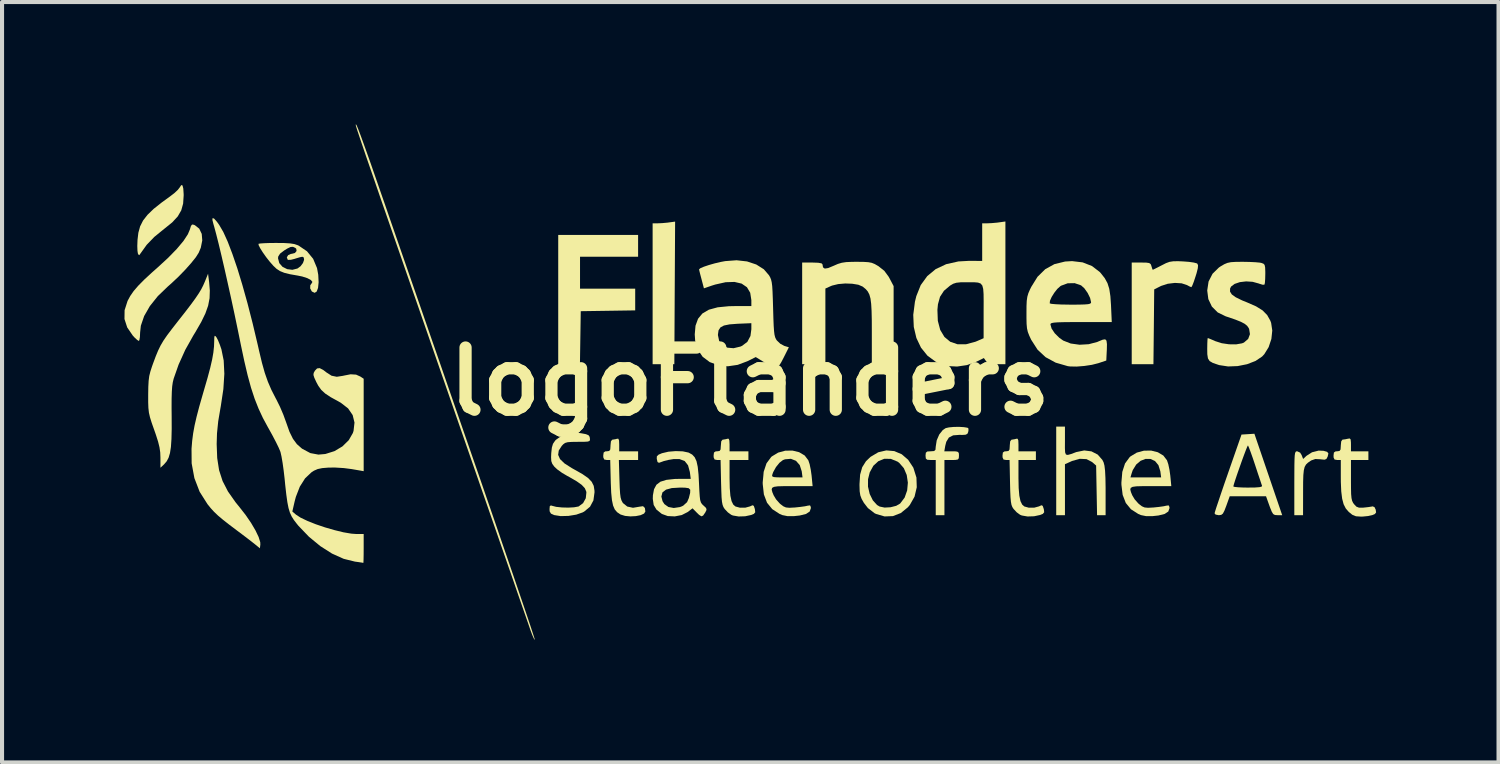
<source format=kicad_pcb>
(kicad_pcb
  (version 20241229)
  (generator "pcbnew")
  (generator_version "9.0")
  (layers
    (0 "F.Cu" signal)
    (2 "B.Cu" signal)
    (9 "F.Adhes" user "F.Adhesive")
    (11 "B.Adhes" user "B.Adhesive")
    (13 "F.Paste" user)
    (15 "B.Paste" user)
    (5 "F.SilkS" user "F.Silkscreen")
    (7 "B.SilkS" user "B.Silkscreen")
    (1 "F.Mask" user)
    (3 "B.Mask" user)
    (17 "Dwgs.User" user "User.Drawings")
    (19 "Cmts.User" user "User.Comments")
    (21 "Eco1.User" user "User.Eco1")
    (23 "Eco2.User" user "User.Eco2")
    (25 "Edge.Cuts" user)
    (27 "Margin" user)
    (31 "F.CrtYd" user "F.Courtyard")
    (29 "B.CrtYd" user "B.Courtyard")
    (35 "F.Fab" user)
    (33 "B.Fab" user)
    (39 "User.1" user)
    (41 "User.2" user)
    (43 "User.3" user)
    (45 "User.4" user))
  (footprint "logoFlanders"
    (layer "F.Cu")
    (at 15.324 6.3)
    (property "Reference" "logoFlanders" (at 0 0 0) (layer "F.SilkS") (effects (font (size 1.524 1.524) (thickness 0.3))))
    (attr board_only exclude_from_pos_files exclude_from_bom)
    (fp_poly (pts (xy -1.842 -2.174) (xy -1.851 -0.427) (xy -2.383 -0.427) (xy -2.383 -3.878) (xy -2.264 -3.878) (xy -2.149 -3.883) (xy -2.016 -3.895) (xy -1.988 -3.899) (xy -1.832 -3.92)) (stroke (width 0) (type solid)) (fill yes) (layer "F.SilkS"))
    (fp_poly (pts (xy -2.739 -3.059) (xy -4.162 -3.059) (xy -4.162 -2.277) (xy -2.81 -2.277) (xy -2.81 -1.745) (xy -3.477 -1.735) (xy -4.144 -1.725) (xy -4.154 -1.076) (xy -4.164 -0.427) (xy -4.696 -0.427) (xy -4.696 -3.593) (xy -2.739 -3.593)) (stroke (width 0) (type solid)) (fill yes) (layer "F.SilkS"))
    (fp_poly (pts (xy -13.902 -4.806) (xy -13.883 -4.731) (xy -13.874 -4.592) (xy -13.874 -4.558) (xy -13.887 -4.361) (xy -13.933 -4.195) (xy -14.019 -4.047) (xy -14.154 -3.901) (xy -14.347 -3.745) (xy -14.355 -3.739) (xy -14.593 -3.545) (xy -14.779 -3.352) (xy -14.929 -3.143) (xy -14.962 -3.097) (xy -14.983 -3.113) (xy -14.996 -3.141) (xy -15.006 -3.207) (xy -15.01 -3.321) (xy -15.005 -3.457) (xy -15.005 -3.467) (xy -14.984 -3.646) (xy -14.941 -3.803) (xy -14.869 -3.946) (xy -14.76 -4.086) (xy -14.609 -4.232) (xy -14.406 -4.393) (xy -14.209 -4.536) (xy -14.101 -4.619) (xy -14.015 -4.7) (xy -13.971 -4.757) (xy -13.932 -4.816)) (stroke (width 0) (type solid)) (fill yes) (layer "F.SilkS"))
    (fp_poly (pts (xy 7.72 1.463) (xy 7.719 1.629) (xy 7.724 1.734) (xy 7.744 1.787) (xy 7.79 1.797) (xy 7.872 1.774) (xy 8 1.726) (xy 8.002 1.726) (xy 8.193 1.687) (xy 8.37 1.71) (xy 8.523 1.789) (xy 8.637 1.919) (xy 8.667 1.979) (xy 8.688 2.059) (xy 8.703 2.184) (xy 8.712 2.364) (xy 8.716 2.605) (xy 8.716 2.685) (xy 8.716 3.273) (xy 8.507 3.273) (xy 8.484 2.057) (xy 8.385 1.971) (xy 8.249 1.9) (xy 8.084 1.892) (xy 7.894 1.945) (xy 7.871 1.956) (xy 7.72 2.024) (xy 7.72 3.273) (xy 7.506 3.273) (xy 7.506 1.103) (xy 7.72 1.103)) (stroke (width 0) (type solid)) (fill yes) (layer "F.SilkS"))
    (fp_poly (pts (xy 14.056 1.696) (xy 14.144 1.721) (xy 14.175 1.76) (xy 14.159 1.831) (xy 14.154 1.844) (xy 14.126 1.896) (xy 14.08 1.914) (xy 13.992 1.905) (xy 13.979 1.903) (xy 13.855 1.897) (xy 13.756 1.931) (xy 13.739 1.942) (xy 13.674 1.987) (xy 13.626 2.033) (xy 13.593 2.092) (xy 13.573 2.174) (xy 13.561 2.292) (xy 13.556 2.457) (xy 13.555 2.682) (xy 13.555 2.695) (xy 13.554 3.273) (xy 13.34 3.273) (xy 13.34 2.49) (xy 13.341 2.235) (xy 13.342 2.043) (xy 13.345 1.904) (xy 13.35 1.81) (xy 13.359 1.752) (xy 13.373 1.721) (xy 13.391 1.709) (xy 13.412 1.708) (xy 13.483 1.741) (xy 13.52 1.802) (xy 13.556 1.896) (xy 13.638 1.819) (xy 13.774 1.732) (xy 13.936 1.691)) (stroke (width 0) (type solid)) (fill yes) (layer "F.SilkS"))
    (fp_poly (pts (xy 10.61 -2.945) (xy 10.756 -2.934) (xy 10.876 -2.917) (xy 10.951 -2.897) (xy 10.964 -2.889) (xy 10.981 -2.849) (xy 10.975 -2.776) (xy 10.945 -2.656) (xy 10.921 -2.58) (xy 10.88 -2.455) (xy 10.844 -2.361) (xy 10.82 -2.316) (xy 10.817 -2.314) (xy 10.775 -2.33) (xy 10.708 -2.366) (xy 10.579 -2.408) (xy 10.413 -2.418) (xy 10.239 -2.397) (xy 10.081 -2.346) (xy 10.066 -2.339) (xy 9.907 -2.259) (xy 9.898 -1.343) (xy 9.888 -0.427) (xy 9.356 -0.427) (xy 9.356 -2.917) (xy 9.587 -2.917) (xy 9.712 -2.915) (xy 9.783 -2.905) (xy 9.82 -2.88) (xy 9.838 -2.835) (xy 9.839 -2.828) (xy 9.86 -2.762) (xy 9.872 -2.739) (xy 9.906 -2.755) (xy 9.986 -2.795) (xy 10.091 -2.849) (xy 10.197 -2.903) (xy 10.283 -2.934) (xy 10.374 -2.948) (xy 10.493 -2.95)) (stroke (width 0) (type solid)) (fill yes) (layer "F.SilkS"))
    (fp_poly (pts (xy -13.623 -3.842) (xy -13.598 -3.831) (xy -13.492 -3.747) (xy -13.431 -3.619) (xy -13.418 -3.459) (xy -13.454 -3.28) (xy -13.505 -3.158) (xy -13.576 -3.046) (xy -13.691 -2.903) (xy -13.836 -2.74) (xy -14 -2.571) (xy -14.172 -2.409) (xy -14.265 -2.327) (xy -14.508 -2.093) (xy -14.702 -1.85) (xy -14.842 -1.606) (xy -14.923 -1.369) (xy -14.941 -1.201) (xy -14.946 -1.091) (xy -14.959 -1.016) (xy -14.973 -0.996) (xy -15.013 -1.021) (xy -15.08 -1.083) (xy -15.12 -1.127) (xy -15.257 -1.327) (xy -15.324 -1.533) (xy -15.321 -1.749) (xy -15.248 -1.977) (xy -15.246 -1.981) (xy -15.182 -2.099) (xy -15.099 -2.219) (xy -14.987 -2.349) (xy -14.839 -2.499) (xy -14.647 -2.676) (xy -14.506 -2.801) (xy -14.252 -3.035) (xy -14.042 -3.251) (xy -13.88 -3.444) (xy -13.771 -3.61) (xy -13.723 -3.723) (xy -13.695 -3.813) (xy -13.667 -3.849)) (stroke (width 0) (type solid)) (fill yes) (layer "F.SilkS"))
    (fp_poly (pts (xy 2.785 -2.933) (xy 2.901 -2.926) (xy 2.986 -2.91) (xy 3.06 -2.88) (xy 3.143 -2.832) (xy 3.15 -2.828) (xy 3.294 -2.714) (xy 3.402 -2.567) (xy 3.422 -2.53) (xy 3.522 -2.34) (xy 3.522 -0.427) (xy 2.988 -0.427) (xy 2.988 -1.218) (xy 2.987 -1.506) (xy 2.982 -1.731) (xy 2.972 -1.904) (xy 2.955 -2.035) (xy 2.928 -2.132) (xy 2.89 -2.206) (xy 2.839 -2.266) (xy 2.773 -2.32) (xy 2.763 -2.328) (xy 2.658 -2.373) (xy 2.507 -2.398) (xy 2.335 -2.404) (xy 2.163 -2.389) (xy 2.015 -2.353) (xy 1.983 -2.34) (xy 1.85 -2.28) (xy 1.85 -0.427) (xy 1.281 -0.427) (xy 1.281 -2.917) (xy 1.53 -2.917) (xy 1.675 -2.912) (xy 1.756 -2.897) (xy 1.779 -2.873) (xy 1.792 -2.799) (xy 1.835 -2.769) (xy 1.918 -2.782) (xy 2.048 -2.836) (xy 2.156 -2.883) (xy 2.253 -2.912) (xy 2.361 -2.928) (xy 2.503 -2.934) (xy 2.617 -2.935)) (stroke (width 0) (type solid)) (fill yes) (layer "F.SilkS"))
    (fp_poly (pts (xy 5.243 1.116) (xy 5.328 1.13) (xy 5.352 1.142) (xy 5.357 1.186) (xy 5.349 1.236) (xy 5.329 1.28) (xy 5.285 1.302) (xy 5.2 1.307) (xy 5.138 1.305) (xy 4.981 1.317) (xy 4.876 1.371) (xy 4.812 1.476) (xy 4.787 1.574) (xy 4.764 1.708) (xy 4.943 1.708) (xy 5.049 1.71) (xy 5.102 1.724) (xy 5.121 1.761) (xy 5.123 1.814) (xy 5.119 1.877) (xy 5.095 1.909) (xy 5.033 1.92) (xy 4.945 1.921) (xy 4.767 1.921) (xy 4.767 3.273) (xy 4.554 3.273) (xy 4.554 1.921) (xy 4.429 1.921) (xy 4.345 1.915) (xy 4.311 1.885) (xy 4.304 1.814) (xy 4.311 1.743) (xy 4.347 1.713) (xy 4.429 1.708) (xy 4.513 1.702) (xy 4.547 1.671) (xy 4.554 1.595) (xy 4.554 1.592) (xy 4.578 1.439) (xy 4.64 1.296) (xy 4.728 1.186) (xy 4.798 1.14) (xy 4.879 1.122) (xy 4.996 1.111) (xy 5.125 1.109)) (stroke (width 0) (type solid)) (fill yes) (layer "F.SilkS"))
    (fp_poly (pts (xy -3.206 1.441) (xy -3.202 1.538) (xy -3.202 1.544) (xy -3.202 1.708) (xy -2.739 1.708) (xy -2.739 1.921) (xy -3.21 1.921) (xy -3.196 2.4) (xy -3.189 2.6) (xy -3.18 2.742) (xy -3.167 2.841) (xy -3.147 2.909) (xy -3.12 2.961) (xy -3.108 2.978) (xy -3.004 3.062) (xy -2.864 3.092) (xy -2.705 3.065) (xy -2.703 3.065) (xy -2.618 3.053) (xy -2.573 3.096) (xy -2.561 3.183) (xy -2.593 3.234) (xy -2.678 3.273) (xy -2.795 3.296) (xy -2.928 3.303) (xy -3.057 3.291) (xy -3.165 3.258) (xy -3.175 3.253) (xy -3.253 3.2) (xy -3.311 3.132) (xy -3.352 3.037) (xy -3.38 2.904) (xy -3.398 2.724) (xy -3.408 2.485) (xy -3.409 2.446) (xy -3.422 1.921) (xy -3.507 1.921) (xy -3.569 1.909) (xy -3.591 1.858) (xy -3.593 1.814) (xy -3.583 1.738) (xy -3.543 1.71) (xy -3.504 1.708) (xy -3.447 1.7) (xy -3.421 1.663) (xy -3.415 1.578) (xy -3.415 1.565) (xy -3.405 1.464) (xy -3.374 1.424) (xy -3.365 1.423) (xy -3.286 1.41) (xy -3.258 1.401) (xy -3.223 1.4)) (stroke (width 0) (type solid)) (fill yes) (layer "F.SilkS"))
    (fp_poly (pts (xy 3.538 1.703) (xy 3.72 1.78) (xy 3.878 1.916) (xy 4.003 2.106) (xy 4.007 2.115) (xy 4.081 2.351) (xy 4.089 2.589) (xy 4.035 2.818) (xy 3.919 3.023) (xy 3.871 3.08) (xy 3.698 3.221) (xy 3.505 3.296) (xy 3.3 3.304) (xy 3.092 3.243) (xy 3.056 3.226) (xy 2.892 3.099) (xy 2.793 2.971) (xy 2.738 2.874) (xy 2.706 2.788) (xy 2.69 2.688) (xy 2.687 2.575) (xy 2.894 2.575) (xy 2.936 2.754) (xy 3.013 2.91) (xy 3.116 3.024) (xy 3.18 3.062) (xy 3.302 3.087) (xy 3.447 3.079) (xy 3.585 3.044) (xy 3.682 2.988) (xy 3.792 2.842) (xy 3.854 2.666) (xy 3.871 2.476) (xy 3.843 2.288) (xy 3.772 2.121) (xy 3.658 1.99) (xy 3.616 1.96) (xy 3.452 1.893) (xy 3.292 1.892) (xy 3.147 1.951) (xy 3.025 2.063) (xy 2.937 2.224) (xy 2.895 2.392) (xy 2.894 2.575) (xy 2.687 2.575) (xy 2.686 2.547) (xy 2.686 2.511) (xy 2.701 2.28) (xy 2.752 2.099) (xy 2.844 1.952) (xy 2.955 1.845) (xy 3.145 1.732) (xy 3.343 1.686)) (stroke (width 0) (type solid)) (fill yes) (layer "F.SilkS"))
    (fp_poly (pts (xy -0.503 1.441) (xy -0.498 1.538) (xy -0.498 1.544) (xy -0.498 1.708) (xy -0.036 1.708) (xy -0.036 1.921) (xy -0.498 1.921) (xy -0.498 2.36) (xy -0.493 2.609) (xy -0.478 2.796) (xy -0.449 2.928) (xy -0.407 3.014) (xy -0.354 3.06) (xy -0.244 3.09) (xy -0.111 3.089) (xy 0.003 3.058) (xy 0.005 3.057) (xy 0.064 3.03) (xy 0.096 3.045) (xy 0.119 3.113) (xy 0.124 3.135) (xy 0.131 3.202) (xy 0.097 3.242) (xy 0.033 3.268) (xy -0.116 3.3) (xy -0.276 3.305) (xy -0.416 3.281) (xy -0.459 3.263) (xy -0.541 3.203) (xy -0.619 3.12) (xy -0.619 3.119) (xy -0.648 3.074) (xy -0.669 3.019) (xy -0.684 2.943) (xy -0.694 2.833) (xy -0.7 2.677) (xy -0.706 2.47) (xy -0.718 1.921) (xy -0.804 1.921) (xy -0.865 1.909) (xy -0.887 1.858) (xy -0.889 1.814) (xy -0.88 1.738) (xy -0.839 1.71) (xy -0.8 1.708) (xy -0.743 1.7) (xy -0.718 1.663) (xy -0.712 1.578) (xy -0.711 1.565) (xy -0.702 1.464) (xy -0.671 1.424) (xy -0.661 1.423) (xy -0.583 1.41) (xy -0.554 1.401) (xy -0.52 1.4)) (stroke (width 0) (type solid)) (fill yes) (layer "F.SilkS"))
    (fp_poly (pts (xy 6.577 1.441) (xy 6.581 1.538) (xy 6.581 1.544) (xy 6.581 1.708) (xy 7.008 1.708) (xy 7.008 1.921) (xy 6.581 1.921) (xy 6.581 2.36) (xy 6.586 2.609) (xy 6.602 2.796) (xy 6.63 2.928) (xy 6.672 3.014) (xy 6.725 3.06) (xy 6.835 3.09) (xy 6.968 3.089) (xy 7.082 3.058) (xy 7.085 3.057) (xy 7.144 3.03) (xy 7.175 3.045) (xy 7.198 3.113) (xy 7.204 3.135) (xy 7.211 3.202) (xy 7.177 3.242) (xy 7.112 3.268) (xy 6.963 3.3) (xy 6.803 3.305) (xy 6.664 3.281) (xy 6.62 3.263) (xy 6.538 3.203) (xy 6.461 3.12) (xy 6.46 3.119) (xy 6.431 3.074) (xy 6.41 3.02) (xy 6.396 2.944) (xy 6.386 2.835) (xy 6.379 2.679) (xy 6.374 2.47) (xy 6.363 1.921) (xy 6.276 1.921) (xy 6.214 1.909) (xy 6.192 1.859) (xy 6.19 1.814) (xy 6.199 1.738) (xy 6.24 1.71) (xy 6.279 1.708) (xy 6.336 1.7) (xy 6.362 1.663) (xy 6.368 1.578) (xy 6.368 1.565) (xy 6.378 1.464) (xy 6.409 1.424) (xy 6.418 1.423) (xy 6.496 1.41) (xy 6.525 1.401) (xy 6.56 1.4)) (stroke (width 0) (type solid)) (fill yes) (layer "F.SilkS"))
    (fp_poly (pts (xy -13.094 -1.114) (xy -13.071 -1.086) (xy -13.033 -1.015) (xy -12.987 -0.902) (xy -12.948 -0.788) (xy -12.893 -0.517) (xy -12.877 -0.191) (xy -12.901 0.184) (xy -12.964 0.603) (xy -12.971 0.641) (xy -13.027 0.971) (xy -13.057 1.268) (xy -13.065 1.53) (xy -13.052 1.874) (xy -13.006 2.17) (xy -12.92 2.437) (xy -12.788 2.693) (xy -12.603 2.956) (xy -12.505 3.077) (xy -12.355 3.269) (xy -12.222 3.463) (xy -12.114 3.647) (xy -12.037 3.808) (xy -11.997 3.936) (xy -11.995 3.994) (xy -12.006 4.085) (xy -12.113 3.997) (xy -12.185 3.94) (xy -12.297 3.853) (xy -12.434 3.749) (xy -12.558 3.656) (xy -12.758 3.505) (xy -12.912 3.384) (xy -13.031 3.284) (xy -13.126 3.194) (xy -13.209 3.103) (xy -13.29 3.003) (xy -13.482 2.7) (xy -13.611 2.365) (xy -13.678 2.003) (xy -13.681 1.644) (xy -13.665 1.451) (xy -13.641 1.266) (xy -13.606 1.074) (xy -13.557 0.861) (xy -13.492 0.613) (xy -13.407 0.316) (xy -13.377 0.213) (xy -13.289 -0.09) (xy -13.223 -0.337) (xy -13.176 -0.541) (xy -13.146 -0.712) (xy -13.13 -0.862) (xy -13.126 -0.976) (xy -13.123 -1.079) (xy -13.115 -1.122)) (stroke (width 0) (type solid)) (fill yes) (layer "F.SilkS"))
    (fp_poly (pts (xy 14.72 1.417) (xy 14.727 1.488) (xy 14.728 1.543) (xy 14.728 1.708) (xy 15.155 1.708) (xy 15.155 1.921) (xy 14.728 1.921) (xy 14.728 2.414) (xy 14.729 2.614) (xy 14.732 2.756) (xy 14.741 2.853) (xy 14.756 2.92) (xy 14.779 2.969) (xy 14.804 3.004) (xy 14.861 3.064) (xy 14.924 3.089) (xy 15.023 3.089) (xy 15.044 3.087) (xy 15.154 3.075) (xy 15.238 3.062) (xy 15.257 3.057) (xy 15.304 3.075) (xy 15.334 3.137) (xy 15.344 3.207) (xy 15.312 3.246) (xy 15.252 3.271) (xy 15.149 3.294) (xy 15.019 3.307) (xy 14.971 3.308) (xy 14.85 3.3) (xy 14.76 3.263) (xy 14.674 3.193) (xy 14.601 3.109) (xy 14.548 3.005) (xy 14.512 2.869) (xy 14.49 2.691) (xy 14.48 2.46) (xy 14.479 2.307) (xy 14.479 1.921) (xy 14.39 1.921) (xy 14.326 1.91) (xy 14.303 1.861) (xy 14.301 1.814) (xy 14.31 1.738) (xy 14.351 1.71) (xy 14.39 1.708) (xy 14.447 1.7) (xy 14.473 1.663) (xy 14.479 1.578) (xy 14.479 1.565) (xy 14.489 1.465) (xy 14.518 1.423) (xy 14.523 1.422) (xy 14.592 1.413) (xy 14.648 1.401) (xy 14.696 1.393)) (stroke (width 0) (type solid)) (fill yes) (layer "F.SilkS"))
    (fp_poly (pts (xy 13.043 3.273) (xy 12.928 3.273) (xy 12.866 3.269) (xy 12.823 3.246) (xy 12.788 3.189) (xy 12.746 3.085) (xy 12.73 3.042) (xy 12.647 2.81) (xy 11.757 2.81) (xy 11.674 3.042) (xy 11.627 3.164) (xy 11.59 3.234) (xy 11.551 3.265) (xy 11.497 3.273) (xy 11.487 3.273) (xy 11.412 3.259) (xy 11.386 3.228) (xy 11.398 3.184) (xy 11.43 3.082) (xy 11.481 2.931) (xy 11.545 2.74) (xy 11.603 2.57) (xy 11.846 2.57) (xy 11.879 2.581) (xy 11.968 2.59) (xy 12.099 2.596) (xy 12.206 2.597) (xy 12.376 2.595) (xy 12.484 2.587) (xy 12.539 2.574) (xy 12.549 2.553) (xy 12.549 2.552) (xy 12.532 2.504) (xy 12.498 2.401) (xy 12.45 2.259) (xy 12.394 2.089) (xy 12.377 2.037) (xy 12.32 1.867) (xy 12.269 1.724) (xy 12.23 1.621) (xy 12.207 1.569) (xy 12.203 1.565) (xy 12.186 1.597) (xy 12.152 1.681) (xy 12.105 1.805) (xy 12.051 1.953) (xy 11.995 2.112) (xy 11.941 2.266) (xy 11.895 2.403) (xy 11.862 2.507) (xy 11.846 2.565) (xy 11.846 2.57) (xy 11.603 2.57) (xy 11.621 2.517) (xy 11.706 2.273) (xy 11.717 2.241) (xy 12.046 1.298) (xy 12.362 1.278)) (stroke (width 0) (type solid)) (fill yes) (layer "F.SilkS"))
    (fp_poly (pts (xy -13.25 -2.438) (xy -13.233 -2.231) (xy -13.239 -2.043) (xy -13.274 -1.861) (xy -13.341 -1.671) (xy -13.444 -1.459) (xy -13.587 -1.211) (xy -13.638 -1.128) (xy -13.833 -0.781) (xy -13.998 -0.416) (xy -14.119 -0.071) (xy -14.14 0.015) (xy -14.155 0.117) (xy -14.164 0.248) (xy -14.169 0.418) (xy -14.17 0.639) (xy -14.168 0.854) (xy -14.167 1.162) (xy -14.173 1.409) (xy -14.186 1.602) (xy -14.209 1.751) (xy -14.243 1.865) (xy -14.289 1.952) (xy -14.349 2.022) (xy -14.353 2.027) (xy -14.443 2.111) (xy -14.443 1.862) (xy -14.448 1.735) (xy -14.466 1.611) (xy -14.5 1.472) (xy -14.556 1.297) (xy -14.594 1.188) (xy -14.657 1.01) (xy -14.699 0.875) (xy -14.725 0.761) (xy -14.738 0.646) (xy -14.743 0.505) (xy -14.743 0.32) (xy -14.74 0.126) (xy -14.732 -0.019) (xy -14.717 -0.137) (xy -14.689 -0.249) (xy -14.647 -0.378) (xy -14.623 -0.445) (xy -14.558 -0.62) (xy -14.499 -0.762) (xy -14.439 -0.885) (xy -14.369 -1.004) (xy -14.279 -1.135) (xy -14.161 -1.291) (xy -14.016 -1.477) (xy -13.836 -1.706) (xy -13.696 -1.889) (xy -13.588 -2.037) (xy -13.506 -2.158) (xy -13.443 -2.262) (xy -13.394 -2.359) (xy -13.354 -2.45) (xy -13.276 -2.643)) (stroke (width 0) (type solid)) (fill yes) (layer "F.SilkS"))
    (fp_poly (pts (xy 9.995 1.731) (xy 10.131 1.812) (xy 10.22 1.928) (xy 10.252 2.024) (xy 10.281 2.161) (xy 10.301 2.303) (xy 10.326 2.561) (xy 9.823 2.561) (xy 9.615 2.562) (xy 9.47 2.566) (xy 9.378 2.579) (xy 9.331 2.605) (xy 9.321 2.647) (xy 9.338 2.71) (xy 9.369 2.786) (xy 9.429 2.886) (xy 9.516 2.984) (xy 9.536 3.002) (xy 9.607 3.056) (xy 9.671 3.084) (xy 9.755 3.092) (xy 9.884 3.085) (xy 9.888 3.085) (xy 10.022 3.071) (xy 10.138 3.055) (xy 10.201 3.041) (xy 10.261 3.033) (xy 10.28 3.073) (xy 10.281 3.103) (xy 10.252 3.184) (xy 10.163 3.243) (xy 10.01 3.281) (xy 9.872 3.296) (xy 9.71 3.297) (xy 9.582 3.271) (xy 9.516 3.243) (xy 9.337 3.128) (xy 9.211 2.974) (xy 9.134 2.776) (xy 9.104 2.529) (xy 9.103 2.474) (xy 9.114 2.348) (xy 9.325 2.348) (xy 10.077 2.348) (xy 10.057 2.197) (xy 10.01 2.047) (xy 9.927 1.947) (xy 9.818 1.896) (xy 9.697 1.894) (xy 9.575 1.94) (xy 9.466 2.032) (xy 9.381 2.17) (xy 9.356 2.243) (xy 9.325 2.348) (xy 9.114 2.348) (xy 9.125 2.213) (xy 9.192 2.006) (xy 9.305 1.852) (xy 9.326 1.833) (xy 9.48 1.74) (xy 9.654 1.693) (xy 9.831 1.69)) (stroke (width 0) (type solid)) (fill yes) (layer "F.SilkS"))
    (fp_poly (pts (xy 6.261 -0.427) (xy 6.05 -0.427) (xy 5.923 -0.431) (xy 5.846 -0.449) (xy 5.798 -0.486) (xy 5.786 -0.502) (xy 5.733 -0.577) (xy 5.537 -0.481) (xy 5.317 -0.404) (xy 5.078 -0.369) (xy 4.85 -0.38) (xy 4.792 -0.392) (xy 4.552 -0.487) (xy 4.351 -0.635) (xy 4.193 -0.831) (xy 4.08 -1.068) (xy 4.016 -1.339) (xy 4.003 -1.637) (xy 4.019 -1.758) (xy 4.595 -1.758) (xy 4.605 -1.489) (xy 4.664 -1.266) (xy 4.767 -1.094) (xy 4.909 -0.976) (xy 5.087 -0.915) (xy 5.294 -0.914) (xy 5.528 -0.977) (xy 5.576 -0.997) (xy 5.727 -1.063) (xy 5.727 -1.724) (xy 5.728 -1.966) (xy 5.726 -2.145) (xy 5.717 -2.271) (xy 5.695 -2.354) (xy 5.654 -2.403) (xy 5.59 -2.426) (xy 5.497 -2.434) (xy 5.371 -2.434) (xy 5.318 -2.434) (xy 5.164 -2.433) (xy 5.059 -2.422) (xy 4.981 -2.397) (xy 4.907 -2.353) (xy 4.904 -2.351) (xy 4.755 -2.225) (xy 4.659 -2.078) (xy 4.608 -1.894) (xy 4.595 -1.758) (xy 4.019 -1.758) (xy 4.044 -1.956) (xy 4.078 -2.094) (xy 4.186 -2.364) (xy 4.346 -2.585) (xy 4.554 -2.757) (xy 4.81 -2.877) (xy 5.109 -2.944) (xy 5.377 -2.959) (xy 5.692 -2.956) (xy 5.692 -3.878) (xy 5.811 -3.878) (xy 5.924 -3.883) (xy 6.058 -3.895) (xy 6.096 -3.9) (xy 6.261 -3.923)) (stroke (width 0) (type solid)) (fill yes) (layer "F.SilkS"))
    (fp_poly (pts (xy 1.207 1.73) (xy 1.343 1.811) (xy 1.432 1.928) (xy 1.464 2.024) (xy 1.492 2.161) (xy 1.512 2.303) (xy 1.537 2.561) (xy 1.035 2.561) (xy 0.827 2.562) (xy 0.682 2.566) (xy 0.591 2.579) (xy 0.544 2.605) (xy 0.534 2.647) (xy 0.551 2.711) (xy 0.582 2.786) (xy 0.642 2.886) (xy 0.729 2.984) (xy 0.749 3.002) (xy 0.82 3.056) (xy 0.884 3.084) (xy 0.968 3.092) (xy 1.097 3.085) (xy 1.101 3.085) (xy 1.235 3.071) (xy 1.351 3.055) (xy 1.414 3.041) (xy 1.474 3.033) (xy 1.493 3.073) (xy 1.494 3.103) (xy 1.465 3.184) (xy 1.376 3.243) (xy 1.223 3.281) (xy 1.085 3.296) (xy 0.923 3.297) (xy 0.795 3.271) (xy 0.729 3.243) (xy 0.548 3.125) (xy 0.42 2.968) (xy 0.343 2.765) (xy 0.315 2.513) (xy 0.314 2.472) (xy 0.33 2.303) (xy 0.544 2.303) (xy 0.553 2.326) (xy 0.59 2.34) (xy 0.667 2.346) (xy 0.796 2.348) (xy 0.909 2.348) (xy 1.29 2.348) (xy 1.27 2.197) (xy 1.221 2.045) (xy 1.129 1.941) (xy 1.005 1.892) (xy 0.862 1.904) (xy 0.81 1.923) (xy 0.726 1.988) (xy 0.64 2.094) (xy 0.572 2.216) (xy 0.553 2.268) (xy 0.544 2.303) (xy 0.33 2.303) (xy 0.338 2.211) (xy 0.407 2.003) (xy 0.521 1.849) (xy 0.539 1.833) (xy 0.693 1.74) (xy 0.866 1.693) (xy 1.043 1.69)) (stroke (width 0) (type solid)) (fill yes) (layer "F.SilkS"))
    (fp_poly (pts (xy -4.133 1.266) (xy -4.017 1.288) (xy -3.954 1.314) (xy -3.927 1.353) (xy -3.921 1.387) (xy -3.918 1.43) (xy -3.931 1.456) (xy -3.974 1.47) (xy -4.06 1.475) (xy -4.203 1.476) (xy -4.217 1.476) (xy -4.367 1.478) (xy -4.464 1.485) (xy -4.527 1.503) (xy -4.573 1.536) (xy -4.61 1.576) (xy -4.683 1.689) (xy -4.698 1.795) (xy -4.652 1.899) (xy -4.541 2.006) (xy -4.364 2.119) (xy -4.298 2.156) (xy -4.103 2.266) (xy -3.965 2.362) (xy -3.876 2.455) (xy -3.826 2.555) (xy -3.808 2.671) (xy -3.807 2.715) (xy -3.834 2.912) (xy -3.917 3.066) (xy -4.06 3.185) (xy -4.097 3.205) (xy -4.254 3.26) (xy -4.444 3.291) (xy -4.635 3.296) (xy -4.794 3.271) (xy -4.874 3.235) (xy -4.906 3.18) (xy -4.909 3.126) (xy -4.903 3.052) (xy -4.875 3.034) (xy -4.847 3.043) (xy -4.747 3.069) (xy -4.605 3.084) (xy -4.449 3.088) (xy -4.306 3.08) (xy -4.202 3.061) (xy -4.193 3.057) (xy -4.087 2.978) (xy -4.021 2.858) (xy -4.006 2.719) (xy -4.01 2.693) (xy -4.043 2.614) (xy -4.118 2.533) (xy -4.242 2.444) (xy -4.423 2.339) (xy -4.475 2.311) (xy -4.604 2.235) (xy -4.719 2.152) (xy -4.79 2.086) (xy -4.841 2.017) (xy -4.866 1.948) (xy -4.871 1.853) (xy -4.867 1.754) (xy -4.852 1.617) (xy -4.825 1.525) (xy -4.774 1.45) (xy -4.753 1.427) (xy -4.602 1.32) (xy -4.41 1.263) (xy -4.187 1.259)) (stroke (width 0) (type solid)) (fill yes) (layer "F.SilkS"))
    (fp_poly (pts (xy -11.407 -3.395) (xy -11.265 -3.386) (xy -11.162 -3.37) (xy -11.082 -3.343) (xy -11.055 -3.331) (xy -10.852 -3.193) (xy -10.701 -3.008) (xy -10.606 -2.781) (xy -10.576 -2.616) (xy -10.567 -2.434) (xy -10.581 -2.296) (xy -10.614 -2.207) (xy -10.664 -2.175) (xy -10.728 -2.205) (xy -10.736 -2.213) (xy -10.774 -2.284) (xy -10.771 -2.362) (xy -10.741 -2.403) (xy -10.719 -2.442) (xy -10.756 -2.488) (xy -10.842 -2.534) (xy -10.968 -2.575) (xy -11.076 -2.597) (xy -11.27 -2.631) (xy -11.41 -2.666) (xy -11.514 -2.708) (xy -11.599 -2.764) (xy -11.677 -2.838) (xy -11.763 -2.936) (xy -11.832 -3.023) (xy -11.562 -3.023) (xy -11.531 -2.903) (xy -11.45 -2.811) (xy -11.337 -2.755) (xy -11.21 -2.739) (xy -11.085 -2.771) (xy -11.009 -2.827) (xy -10.951 -2.905) (xy -10.923 -2.984) (xy -10.931 -3.041) (xy -10.966 -3.059) (xy -11.025 -3.047) (xy -11.12 -3.019) (xy -11.153 -3.008) (xy -11.248 -2.984) (xy -11.315 -2.983) (xy -11.326 -2.989) (xy -11.346 -3.045) (xy -11.313 -3.099) (xy -11.244 -3.129) (xy -11.224 -3.131) (xy -11.148 -3.151) (xy -11.107 -3.2) (xy -11.115 -3.255) (xy -11.138 -3.276) (xy -11.196 -3.302) (xy -11.255 -3.298) (xy -11.338 -3.258) (xy -11.412 -3.212) (xy -11.511 -3.136) (xy -11.556 -3.066) (xy -11.562 -3.023) (xy -11.832 -3.023) (xy -11.853 -3.05) (xy -11.935 -3.166) (xy -11.999 -3.268) (xy -12.037 -3.344) (xy -12.04 -3.376) (xy -11.998 -3.384) (xy -11.899 -3.391) (xy -11.76 -3.396) (xy -11.603 -3.397)) (stroke (width 0) (type solid)) (fill yes) (layer "F.SilkS"))
    (fp_poly (pts (xy -1.645 1.709) (xy -1.508 1.738) (xy -1.497 1.742) (xy -1.414 1.788) (xy -1.353 1.853) (xy -1.308 1.95) (xy -1.278 2.087) (xy -1.258 2.277) (xy -1.247 2.484) (xy -1.238 2.677) (xy -1.229 2.812) (xy -1.218 2.902) (xy -1.2 2.96) (xy -1.174 3.001) (xy -1.137 3.037) (xy -1.134 3.039) (xy -1.073 3.097) (xy -1.062 3.143) (xy -1.093 3.207) (xy -1.098 3.214) (xy -1.146 3.283) (xy -1.188 3.301) (xy -1.244 3.266) (xy -1.305 3.207) (xy -1.405 3.105) (xy -1.524 3.196) (xy -1.669 3.27) (xy -1.84 3.303) (xy -2.012 3.295) (xy -2.156 3.243) (xy -2.159 3.241) (xy -2.287 3.139) (xy -2.357 3.023) (xy -2.379 2.872) (xy -2.377 2.816) (xy -2.169 2.816) (xy -2.14 2.931) (xy -2.096 3.001) (xy -1.998 3.072) (xy -1.865 3.097) (xy -1.716 3.075) (xy -1.636 3.042) (xy -1.539 2.954) (xy -1.496 2.855) (xy -1.464 2.727) (xy -1.461 2.651) (xy -1.5 2.612) (xy -1.59 2.599) (xy -1.71 2.597) (xy -1.913 2.609) (xy -2.054 2.647) (xy -2.138 2.711) (xy -2.143 2.718) (xy -2.169 2.816) (xy -2.377 2.816) (xy -2.376 2.786) (xy -2.349 2.638) (xy -2.29 2.528) (xy -2.192 2.453) (xy -2.046 2.408) (xy -1.844 2.386) (xy -1.698 2.383) (xy -1.449 2.383) (xy -1.471 2.214) (xy -1.515 2.052) (xy -1.597 1.947) (xy -1.723 1.899) (xy -1.873 1.899) (xy -2 1.92) (xy -2.111 1.948) (xy -2.151 1.963) (xy -2.227 1.99) (xy -2.263 1.971) (xy -2.281 1.894) (xy -2.282 1.889) (xy -2.279 1.83) (xy -2.237 1.79) (xy -2.154 1.755) (xy -1.997 1.718) (xy -1.818 1.703)) (stroke (width 0) (type solid)) (fill yes) (layer "F.SilkS"))
    (fp_poly (pts (xy -9.651 -6.298) (xy -9.647 -6.297) (xy -9.646 -6.297) (xy -9.629 -6.264) (xy -9.591 -6.172) (xy -9.536 -6.027) (xy -9.467 -5.837) (xy -9.385 -5.609) (xy -9.293 -5.351) (xy -9.195 -5.069) (xy -9.186 -5.043) (xy -9.123 -4.861) (xy -9.038 -4.616) (xy -8.933 -4.315) (xy -8.811 -3.961) (xy -8.672 -3.56) (xy -8.518 -3.116) (xy -8.351 -2.635) (xy -8.173 -2.122) (xy -7.986 -1.582) (xy -7.791 -1.019) (xy -7.589 -0.439) (xy -7.384 0.154) (xy -7.176 0.754) (xy -6.996 1.272) (xy -6.796 1.849) (xy -6.602 2.408) (xy -6.417 2.945) (xy -6.241 3.455) (xy -6.076 3.937) (xy -5.922 4.384) (xy -5.781 4.795) (xy -5.655 5.166) (xy -5.544 5.492) (xy -5.45 5.77) (xy -5.374 5.996) (xy -5.318 6.168) (xy -5.282 6.28) (xy -5.267 6.33) (xy -5.267 6.332) (xy -5.291 6.301) (xy -5.328 6.219) (xy -5.373 6.101) (xy -5.382 6.074) (xy -5.403 6.013) (xy -5.446 5.888) (xy -5.51 5.704) (xy -5.594 5.463) (xy -5.696 5.169) (xy -5.814 4.827) (xy -5.949 4.439) (xy -6.098 4.01) (xy -6.26 3.543) (xy -6.434 3.042) (xy -6.619 2.51) (xy -6.813 1.951) (xy -7.015 1.369) (xy -7.224 0.767) (xy -7.438 0.15) (xy -7.453 0.107) (xy -7.721 -0.665) (xy -7.966 -1.372) (xy -8.19 -2.017) (xy -8.394 -2.604) (xy -8.578 -3.135) (xy -8.744 -3.612) (xy -8.892 -4.039) (xy -9.024 -4.418) (xy -9.139 -4.753) (xy -9.24 -5.046) (xy -9.328 -5.299) (xy -9.403 -5.516) (xy -9.465 -5.699) (xy -9.517 -5.852) (xy -9.559 -5.976) (xy -9.592 -6.075) (xy -9.618 -6.152) (xy -9.636 -6.21) (xy -9.648 -6.25) (xy -9.655 -6.277) (xy -9.658 -6.292) (xy -9.657 -6.299) (xy -9.655 -6.3)) (stroke (width 0) (type solid)) (fill yes) (layer "F.SilkS"))
    (fp_poly (pts (xy 12.238 -2.932) (xy 12.385 -2.925) (xy 12.494 -2.915) (xy 12.531 -2.908) (xy 12.583 -2.889) (xy 12.612 -2.859) (xy 12.625 -2.798) (xy 12.629 -2.691) (xy 12.629 -2.638) (xy 12.626 -2.513) (xy 12.619 -2.418) (xy 12.608 -2.375) (xy 12.608 -2.375) (xy 12.565 -2.373) (xy 12.485 -2.397) (xy 12.467 -2.404) (xy 12.318 -2.445) (xy 12.159 -2.455) (xy 12.006 -2.437) (xy 11.878 -2.394) (xy 11.791 -2.329) (xy 11.766 -2.28) (xy 11.765 -2.205) (xy 11.809 -2.135) (xy 11.905 -2.066) (xy 12.06 -1.99) (xy 12.181 -1.941) (xy 12.402 -1.844) (xy 12.563 -1.744) (xy 12.675 -1.63) (xy 12.752 -1.493) (xy 12.772 -1.439) (xy 12.8 -1.251) (xy 12.778 -1.045) (xy 12.711 -0.844) (xy 12.605 -0.672) (xy 12.552 -0.615) (xy 12.39 -0.506) (xy 12.183 -0.426) (xy 11.952 -0.38) (xy 11.717 -0.371) (xy 11.501 -0.404) (xy 11.473 -0.413) (xy 11.344 -0.457) (xy 11.265 -0.503) (xy 11.224 -0.567) (xy 11.208 -0.669) (xy 11.206 -0.805) (xy 11.208 -0.931) (xy 11.212 -1.024) (xy 11.218 -1.066) (xy 11.219 -1.067) (xy 11.256 -1.054) (xy 11.338 -1.02) (xy 11.406 -0.99) (xy 11.563 -0.94) (xy 11.74 -0.914) (xy 11.913 -0.912) (xy 12.057 -0.937) (xy 12.105 -0.956) (xy 12.209 -1.045) (xy 12.253 -1.162) (xy 12.233 -1.289) (xy 12.223 -1.31) (xy 12.185 -1.366) (xy 12.125 -1.415) (xy 12.033 -1.464) (xy 11.896 -1.519) (xy 11.705 -1.584) (xy 11.659 -1.599) (xy 11.463 -1.695) (xy 11.32 -1.838) (xy 11.233 -2.022) (xy 11.206 -2.232) (xy 11.239 -2.452) (xy 11.336 -2.642) (xy 11.492 -2.795) (xy 11.541 -2.828) (xy 11.626 -2.877) (xy 11.701 -2.908) (xy 11.786 -2.926) (xy 11.9 -2.933) (xy 12.063 -2.935) (xy 12.075 -2.935)) (stroke (width 0) (type solid)) (fill yes) (layer "F.SilkS"))
    (fp_poly (pts (xy -0.069 -2.944) (xy 0.157 -2.869) (xy 0.342 -2.752) (xy 0.468 -2.606) (xy 0.497 -2.555) (xy 0.519 -2.501) (xy 0.535 -2.433) (xy 0.547 -2.34) (xy 0.555 -2.209) (xy 0.562 -2.031) (xy 0.569 -1.792) (xy 0.569 -1.79) (xy 0.576 -1.55) (xy 0.583 -1.371) (xy 0.592 -1.241) (xy 0.603 -1.15) (xy 0.619 -1.086) (xy 0.64 -1.04) (xy 0.661 -1.008) (xy 0.746 -0.927) (xy 0.845 -0.874) (xy 0.845 -0.874) (xy 0.955 -0.841) (xy 0.831 -0.594) (xy 0.767 -0.471) (xy 0.722 -0.399) (xy 0.683 -0.367) (xy 0.637 -0.363) (xy 0.593 -0.37) (xy 0.497 -0.402) (xy 0.378 -0.459) (xy 0.312 -0.497) (xy 0.144 -0.601) (xy -0.061 -0.499) (xy -0.299 -0.41) (xy -0.54 -0.375) (xy -0.757 -0.395) (xy -0.984 -0.478) (xy -1.158 -0.609) (xy -1.278 -0.785) (xy -1.341 -1.004) (xy -1.35 -1.14) (xy -0.783 -1.14) (xy -0.753 -0.997) (xy -0.672 -0.893) (xy -0.55 -0.831) (xy -0.4 -0.818) (xy -0.232 -0.858) (xy -0.191 -0.876) (xy -0.062 -0.974) (xy 0.014 -1.118) (xy 0.036 -1.283) (xy 0.036 -1.431) (xy -0.3 -1.417) (xy -0.498 -1.402) (xy -0.636 -1.374) (xy -0.722 -1.327) (xy -0.768 -1.256) (xy -0.782 -1.155) (xy -0.783 -1.14) (xy -1.35 -1.14) (xy -1.351 -1.156) (xy -1.332 -1.37) (xy -1.27 -1.54) (xy -1.163 -1.669) (xy -1.004 -1.762) (xy -0.79 -1.82) (xy -0.517 -1.847) (xy -0.369 -1.85) (xy 0.036 -1.85) (xy 0.036 -1.997) (xy 0.008 -2.177) (xy -0.072 -2.312) (xy -0.202 -2.401) (xy -0.377 -2.442) (xy -0.594 -2.435) (xy -0.849 -2.378) (xy -0.929 -2.353) (xy -1.126 -2.285) (xy -1.185 -2.509) (xy -1.216 -2.626) (xy -1.238 -2.714) (xy -1.245 -2.751) (xy -1.213 -2.778) (xy -1.127 -2.815) (xy -1.005 -2.856) (xy -0.861 -2.897) (xy -0.712 -2.932) (xy -0.605 -2.952) (xy -0.326 -2.973)) (stroke (width 0) (type solid)) (fill yes) (layer "F.SilkS"))
    (fp_poly (pts (xy 8.154 -2.921) (xy 8.383 -2.831) (xy 8.573 -2.685) (xy 8.6 -2.655) (xy 8.695 -2.534) (xy 8.762 -2.412) (xy 8.806 -2.272) (xy 8.833 -2.095) (xy 8.849 -1.865) (xy 8.849 -1.859) (xy 8.867 -1.459) (xy 8.115 -1.459) (xy 7.864 -1.458) (xy 7.676 -1.456) (xy 7.541 -1.452) (xy 7.451 -1.445) (xy 7.397 -1.435) (xy 7.371 -1.421) (xy 7.364 -1.402) (xy 7.364 -1.4) (xy 7.393 -1.299) (xy 7.47 -1.184) (xy 7.581 -1.074) (xy 7.678 -1.005) (xy 7.861 -0.933) (xy 8.078 -0.903) (xy 8.303 -0.916) (xy 8.514 -0.972) (xy 8.548 -0.987) (xy 8.646 -1.027) (xy 8.706 -1.036) (xy 8.738 -1.003) (xy 8.749 -0.918) (xy 8.746 -0.774) (xy 8.744 -0.743) (xy 8.733 -0.516) (xy 8.538 -0.451) (xy 8.38 -0.411) (xy 8.194 -0.383) (xy 8.007 -0.368) (xy 7.847 -0.371) (xy 7.791 -0.378) (xy 7.493 -0.464) (xy 7.246 -0.598) (xy 7.048 -0.783) (xy 6.896 -1.02) (xy 6.895 -1.02) (xy 6.844 -1.129) (xy 6.81 -1.217) (xy 6.79 -1.306) (xy 6.78 -1.415) (xy 6.777 -1.564) (xy 6.777 -1.672) (xy 6.778 -1.852) (xy 6.781 -1.92) (xy 7.347 -1.92) (xy 7.349 -1.916) (xy 7.39 -1.905) (xy 7.488 -1.896) (xy 7.631 -1.889) (xy 7.804 -1.886) (xy 7.864 -1.885) (xy 8.062 -1.886) (xy 8.2 -1.89) (xy 8.288 -1.897) (xy 8.336 -1.909) (xy 8.357 -1.928) (xy 8.36 -1.945) (xy 8.336 -2.05) (xy 8.276 -2.172) (xy 8.196 -2.285) (xy 8.115 -2.358) (xy 7.958 -2.412) (xy 7.787 -2.409) (xy 7.627 -2.35) (xy 7.609 -2.339) (xy 7.534 -2.272) (xy 7.459 -2.177) (xy 7.394 -2.073) (xy 7.353 -1.981) (xy 7.347 -1.92) (xy 6.781 -1.92) (xy 6.784 -1.981) (xy 6.798 -2.079) (xy 6.823 -2.165) (xy 6.864 -2.259) (xy 6.894 -2.32) (xy 7.048 -2.568) (xy 7.237 -2.754) (xy 7.462 -2.878) (xy 7.724 -2.942) (xy 7.895 -2.952)) (stroke (width 0) (type solid)) (fill yes) (layer "F.SilkS"))
    (fp_poly (pts (xy -13.126 -3.992) (xy -13.057 -3.914) (xy -13.002 -3.837) (xy -12.902 -3.665) (xy -12.794 -3.427) (xy -12.68 -3.128) (xy -12.559 -2.774) (xy -12.436 -2.37) (xy -12.31 -1.92) (xy -12.184 -1.429) (xy -12.059 -0.902) (xy -12.026 -0.756) (xy -11.955 -0.459) (xy -11.886 -0.213) (xy -11.811 0.001) (xy -11.724 0.203) (xy -11.617 0.412) (xy -11.598 0.447) (xy -11.514 0.617) (xy -11.43 0.814) (xy -11.364 0.996) (xy -11.362 1.001) (xy -11.281 1.23) (xy -11.196 1.402) (xy -11.099 1.533) (xy -10.981 1.637) (xy -10.964 1.649) (xy -10.77 1.752) (xy -10.572 1.789) (xy -10.402 1.774) (xy -10.179 1.704) (xy -9.984 1.588) (xy -9.829 1.436) (xy -9.728 1.26) (xy -9.711 1.207) (xy -9.688 1.004) (xy -9.733 0.82) (xy -9.845 0.657) (xy -10.023 0.519) (xy -10.086 0.483) (xy -10.272 0.381) (xy -10.405 0.293) (xy -10.502 0.204) (xy -10.575 0.102) (xy -10.621 0.017) (xy -10.672 -0.093) (xy -10.694 -0.162) (xy -10.688 -0.212) (xy -10.659 -0.265) (xy -10.659 -0.266) (xy -10.605 -0.322) (xy -10.541 -0.33) (xy -10.454 -0.285) (xy -10.376 -0.225) (xy -10.25 -0.144) (xy -10.122 -0.118) (xy -9.966 -0.142) (xy -9.957 -0.145) (xy -9.784 -0.179) (xy -9.65 -0.171) (xy -9.545 -0.124) (xy -9.463 -0.07) (xy -9.463 2.195) (xy -9.756 2.144) (xy -9.95 2.119) (xy -10.161 2.106) (xy -10.324 2.107) (xy -10.479 2.12) (xy -10.59 2.143) (xy -10.681 2.183) (xy -10.745 2.225) (xy -10.899 2.371) (xy -11.028 2.575) (xy -11.125 2.825) (xy -11.154 2.934) (xy -11.211 3.183) (xy -11.123 3.259) (xy -11.01 3.333) (xy -10.843 3.413) (xy -10.638 3.495) (xy -10.411 3.572) (xy -10.179 3.639) (xy -9.958 3.693) (xy -9.763 3.726) (xy -9.636 3.735) (xy -9.463 3.735) (xy -9.463 4.091) (xy -9.464 4.24) (xy -9.466 4.357) (xy -9.469 4.428) (xy -9.472 4.442) (xy -9.509 4.435) (xy -9.595 4.422) (xy -9.676 4.411) (xy -9.952 4.343) (xy -10.239 4.214) (xy -10.526 4.031) (xy -10.804 3.802) (xy -11.061 3.534) (xy -11.105 3.48) (xy -11.174 3.39) (xy -11.228 3.304) (xy -11.271 3.21) (xy -11.305 3.097) (xy -11.333 2.954) (xy -11.359 2.768) (xy -11.386 2.528) (xy -11.4 2.383) (xy -11.423 2.184) (xy -11.449 1.996) (xy -11.476 1.838) (xy -11.501 1.727) (xy -11.508 1.708) (xy -11.547 1.616) (xy -11.613 1.481) (xy -11.698 1.319) (xy -11.793 1.147) (xy -11.808 1.121) (xy -11.932 0.892) (xy -12.039 0.662) (xy -12.135 0.419) (xy -12.223 0.151) (xy -12.306 -0.153) (xy -12.389 -0.506) (xy -12.47 -0.889) (xy -12.548 -1.271) (xy -12.629 -1.659) (xy -12.712 -2.044) (xy -12.795 -2.418) (xy -12.874 -2.77) (xy -12.949 -3.093) (xy -13.017 -3.377) (xy -13.077 -3.614) (xy -13.125 -3.793) (xy -13.143 -3.854) (xy -13.17 -3.962) (xy -13.164 -4.008)) (stroke (width 0) (type solid)) (fill yes) (layer "F.SilkS")))
  (gr_rect
    (start -3 -3)
    (end 33.668 15.632)
    (stroke (width 0.1) (type default))
    (fill no)
    (layer "Edge.Cuts")))
</source>
